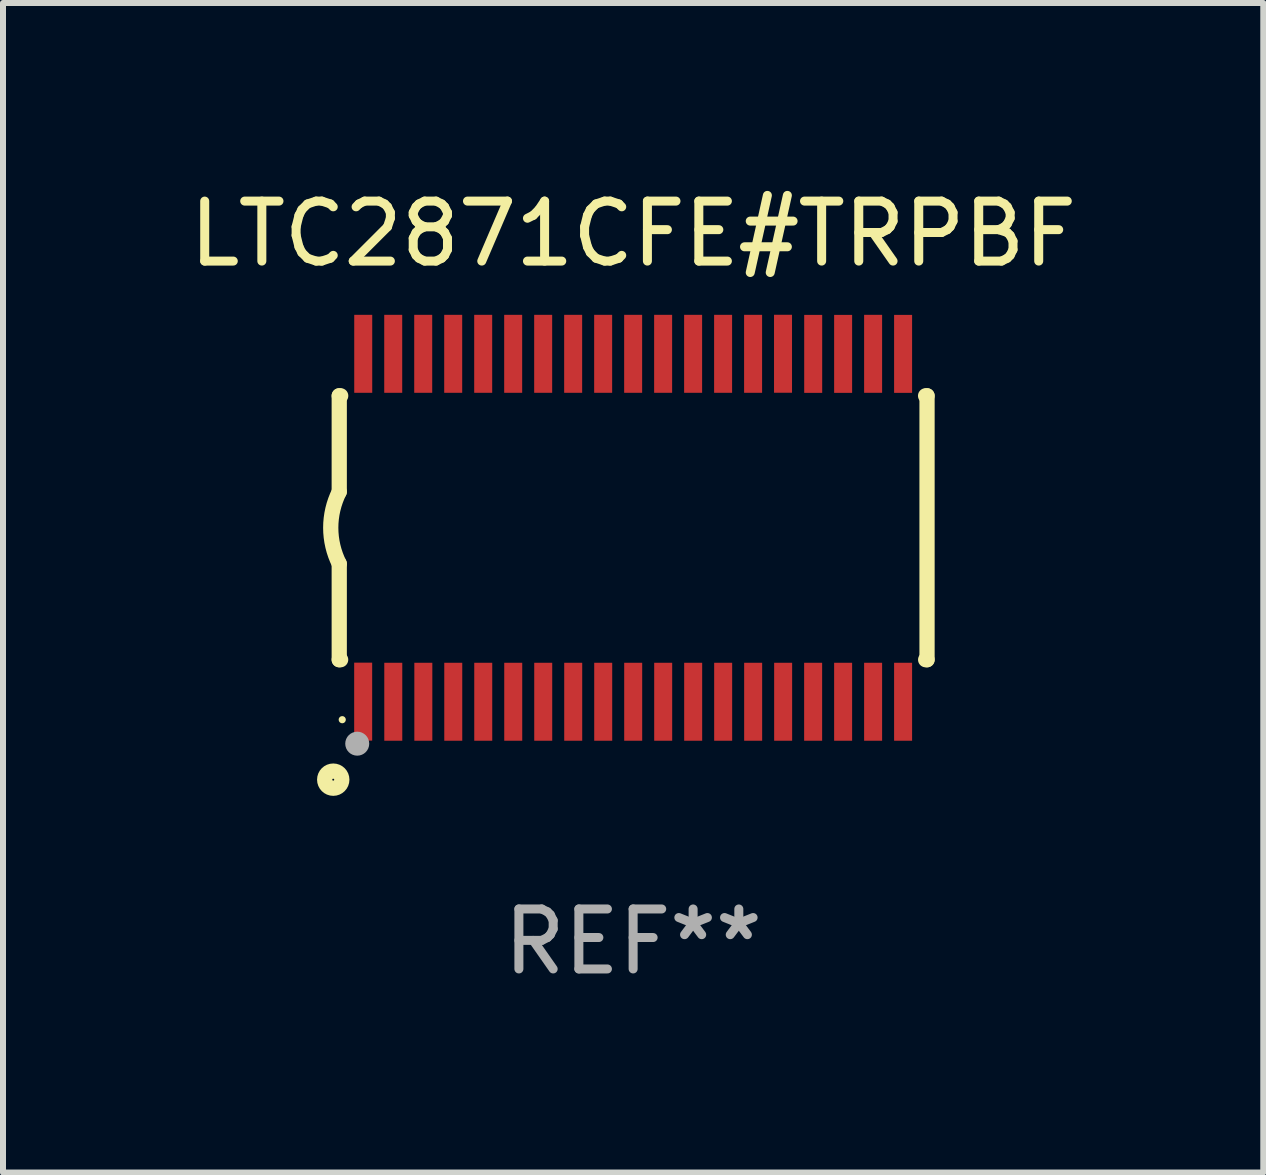
<source format=kicad_pcb>
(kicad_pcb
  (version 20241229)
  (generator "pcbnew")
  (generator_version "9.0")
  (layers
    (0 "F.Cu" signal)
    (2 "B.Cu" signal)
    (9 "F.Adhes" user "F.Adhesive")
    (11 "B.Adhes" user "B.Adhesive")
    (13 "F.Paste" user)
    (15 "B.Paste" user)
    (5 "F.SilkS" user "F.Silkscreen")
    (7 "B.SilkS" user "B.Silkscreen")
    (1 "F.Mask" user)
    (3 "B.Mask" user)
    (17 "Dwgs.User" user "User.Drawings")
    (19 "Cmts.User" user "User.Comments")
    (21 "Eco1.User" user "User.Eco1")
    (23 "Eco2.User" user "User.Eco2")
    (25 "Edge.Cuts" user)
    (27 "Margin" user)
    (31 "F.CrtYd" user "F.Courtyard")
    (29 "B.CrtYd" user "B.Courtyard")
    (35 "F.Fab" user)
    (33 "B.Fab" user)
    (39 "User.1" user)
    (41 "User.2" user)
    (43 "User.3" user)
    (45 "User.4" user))
  (footprint "LTC2871CFE#TRPBF"
    (layer "F.Cu")
    (at 7.506 5.749)
    (property "Reference" "LTC2871CFE#TRPBF" (at 0 -4.901 0) (layer "F.SilkS") (effects (font (size 1 1) (thickness 0.15))))
    (attr through_hole)
    (fp_line (start -4.9 -2.2) (end -4.9 -0.6) (stroke (width 0.254) (type solid)) (layer "F.SilkS"))
    (fp_line (start -4.9 -2.2) (end -4.876 -2.2) (stroke (width 0.254) (type solid)) (layer "F.SilkS"))
    (fp_line (start -4.9 2.2) (end -4.9 0.6) (stroke (width 0.254) (type solid)) (layer "F.SilkS"))
    (fp_line (start -4.9 2.2) (end -4.877 2.2) (stroke (width 0.254) (type solid)) (layer "F.SilkS"))
    (fp_line (start 4.876 -2.2) (end 4.9 -2.2) (stroke (width 0.254) (type solid)) (layer "F.SilkS"))
    (fp_line (start 4.877 2.2) (end 4.9 2.2) (stroke (width 0.254) (type solid)) (layer "F.SilkS"))
    (fp_line (start 4.9 -2.2) (end 4.9 2.2) (stroke (width 0.254) (type solid)) (layer "F.SilkS"))
    (fp_arc (start -4.900051 0.599822) (mid -5.041652 -0.000095) (end -4.9 -0.6) (stroke (width 0.254001) (type solid)) (layer "F.SilkS"))
    (fp_circle (center -5 4.2) (end -4.857 4.2) (stroke (width 0.254) (type solid)) (fill no) (layer "F.SilkS"))
    (fp_circle (center -4.85 3.2) (end -4.82 3.2) (stroke (width 0.06) (type solid)) (fill no) (layer "F.SilkS"))
    (fp_circle (center -4.6 3.6) (end -4.5 3.6) (stroke (width 0.2) (type solid)) (fill no) (layer "F.Fab"))
    (fp_text user "REF**" (at 0 6.901 0) (layer "F.Fab") (effects (font (size 1 1) (thickness 0.15))))
    (pad "1" smd rect (at -4.501 2.899 90) (size 1.3 0.3) (layers "F.Cu" "F.Mask" "F.Paste"))
    (pad "2" smd rect (at -3.999 2.901 90) (size 1.3 0.3) (layers "F.Cu" "F.Mask" "F.Paste"))
    (pad "3" smd rect (at -3.498 2.901 90) (size 1.3 0.3) (layers "F.Cu" "F.Mask" "F.Paste"))
    (pad "4" smd rect (at -2.999 2.901 90) (size 1.3 0.3) (layers "F.Cu" "F.Mask" "F.Paste"))
    (pad "5" smd rect (at -2.499 2.901 90) (size 1.3 0.3) (layers "F.Cu" "F.Mask" "F.Paste"))
    (pad "6" smd rect (at -1.999 2.901 90) (size 1.3 0.3) (layers "F.Cu" "F.Mask" "F.Paste"))
    (pad "7" smd rect (at -1.499 2.901 90) (size 1.3 0.3) (layers "F.Cu" "F.Mask" "F.Paste"))
    (pad "8" smd rect (at -0.999 2.901 90) (size 1.3 0.3) (layers "F.Cu" "F.Mask" "F.Paste"))
    (pad "9" smd rect (at -0.499 2.901 90) (size 1.3 0.3) (layers "F.Cu" "F.Mask" "F.Paste"))
    (pad "10" smd rect (at 0.001 2.901 90) (size 1.3 0.3) (layers "F.Cu" "F.Mask" "F.Paste"))
    (pad "11" smd rect (at 0.501 2.901 90) (size 1.3 0.3) (layers "F.Cu" "F.Mask" "F.Paste"))
    (pad "12" smd rect (at 1.001 2.901 90) (size 1.3 0.3) (layers "F.Cu" "F.Mask" "F.Paste"))
    (pad "13" smd rect (at 1.501 2.901 90) (size 1.3 0.3) (layers "F.Cu" "F.Mask" "F.Paste"))
    (pad "14" smd rect (at 2.001 2.901 90) (size 1.3 0.3) (layers "F.Cu" "F.Mask" "F.Paste"))
    (pad "15" smd rect (at 2.501 2.901 90) (size 1.3 0.3) (layers "F.Cu" "F.Mask" "F.Paste"))
    (pad "16" smd rect (at 3.001 2.901 90) (size 1.3 0.3) (layers "F.Cu" "F.Mask" "F.Paste"))
    (pad "17" smd rect (at 3.501 2.901 90) (size 1.3 0.3) (layers "F.Cu" "F.Mask" "F.Paste"))
    (pad "18" smd rect (at 4.001 2.901 90) (size 1.3 0.3) (layers "F.Cu" "F.Mask" "F.Paste"))
    (pad "19" smd rect (at 4.501 2.901 90) (size 1.3 0.3) (layers "F.Cu" "F.Mask" "F.Paste"))
    (pad "20" smd rect (at 4.501 -2.899 90) (size 1.3 0.3) (layers "F.Cu" "F.Mask" "F.Paste"))
    (pad "21" smd rect (at 4.001 -2.9 90) (size 1.3 0.3) (layers "F.Cu" "F.Mask" "F.Paste"))
    (pad "22" smd rect (at 3.501 -2.899 90) (size 1.3 0.3) (layers "F.Cu" "F.Mask" "F.Paste"))
    (pad "23" smd rect (at 3.002 -2.899 90) (size 1.3 0.3) (layers "F.Cu" "F.Mask" "F.Paste"))
    (pad "24" smd rect (at 2.499 -2.901 90) (size 1.3 0.3) (layers "F.Cu" "F.Mask" "F.Paste"))
    (pad "25" smd rect (at 2 -2.9 90) (size 1.3 0.3) (layers "F.Cu" "F.Mask" "F.Paste"))
    (pad "26" smd rect (at 1.5 -2.9 90) (size 1.3 0.3) (layers "F.Cu" "F.Mask" "F.Paste"))
    (pad "27" smd rect (at 1 -2.9 90) (size 1.3 0.3) (layers "F.Cu" "F.Mask" "F.Paste"))
    (pad "28" smd rect (at 0.5 -2.9 90) (size 1.3 0.3) (layers "F.Cu" "F.Mask" "F.Paste"))
    (pad "29" smd rect (at 0.000127 -2.9 90) (size 1.3 0.3) (layers "F.Cu" "F.Mask" "F.Paste"))
    (pad "30" smd rect (at -0.5 -2.9 90) (size 1.3 0.3) (layers "F.Cu" "F.Mask" "F.Paste"))
    (pad "31" smd rect (at -1 -2.9 90) (size 1.3 0.3) (layers "F.Cu" "F.Mask" "F.Paste"))
    (pad "32" smd rect (at -1.5 -2.9 90) (size 1.3 0.3) (layers "F.Cu" "F.Mask" "F.Paste"))
    (pad "33" smd rect (at -2 -2.9 90) (size 1.3 0.3) (layers "F.Cu" "F.Mask" "F.Paste"))
    (pad "34" smd rect (at -2.5 -2.9 90) (size 1.3 0.3) (layers "F.Cu" "F.Mask" "F.Paste"))
    (pad "35" smd rect (at -3 -2.9 90) (size 1.3 0.3) (layers "F.Cu" "F.Mask" "F.Paste"))
    (pad "36" smd rect (at -3.5 -2.9 90) (size 1.3 0.3) (layers "F.Cu" "F.Mask" "F.Paste"))
    (pad "37" smd rect (at -4 -2.9 90) (size 1.3 0.3) (layers "F.Cu" "F.Mask" "F.Paste"))
    (pad "38" smd rect (at -4.5 -2.9 90) (size 1.3 0.3) (layers "F.Cu" "F.Mask" "F.Paste")))
  (gr_rect
    (start -3 -3)
    (end 18.012 16.499)
    (stroke (width 0.1) (type default))
    (fill no)
    (layer "Edge.Cuts")))
</source>
